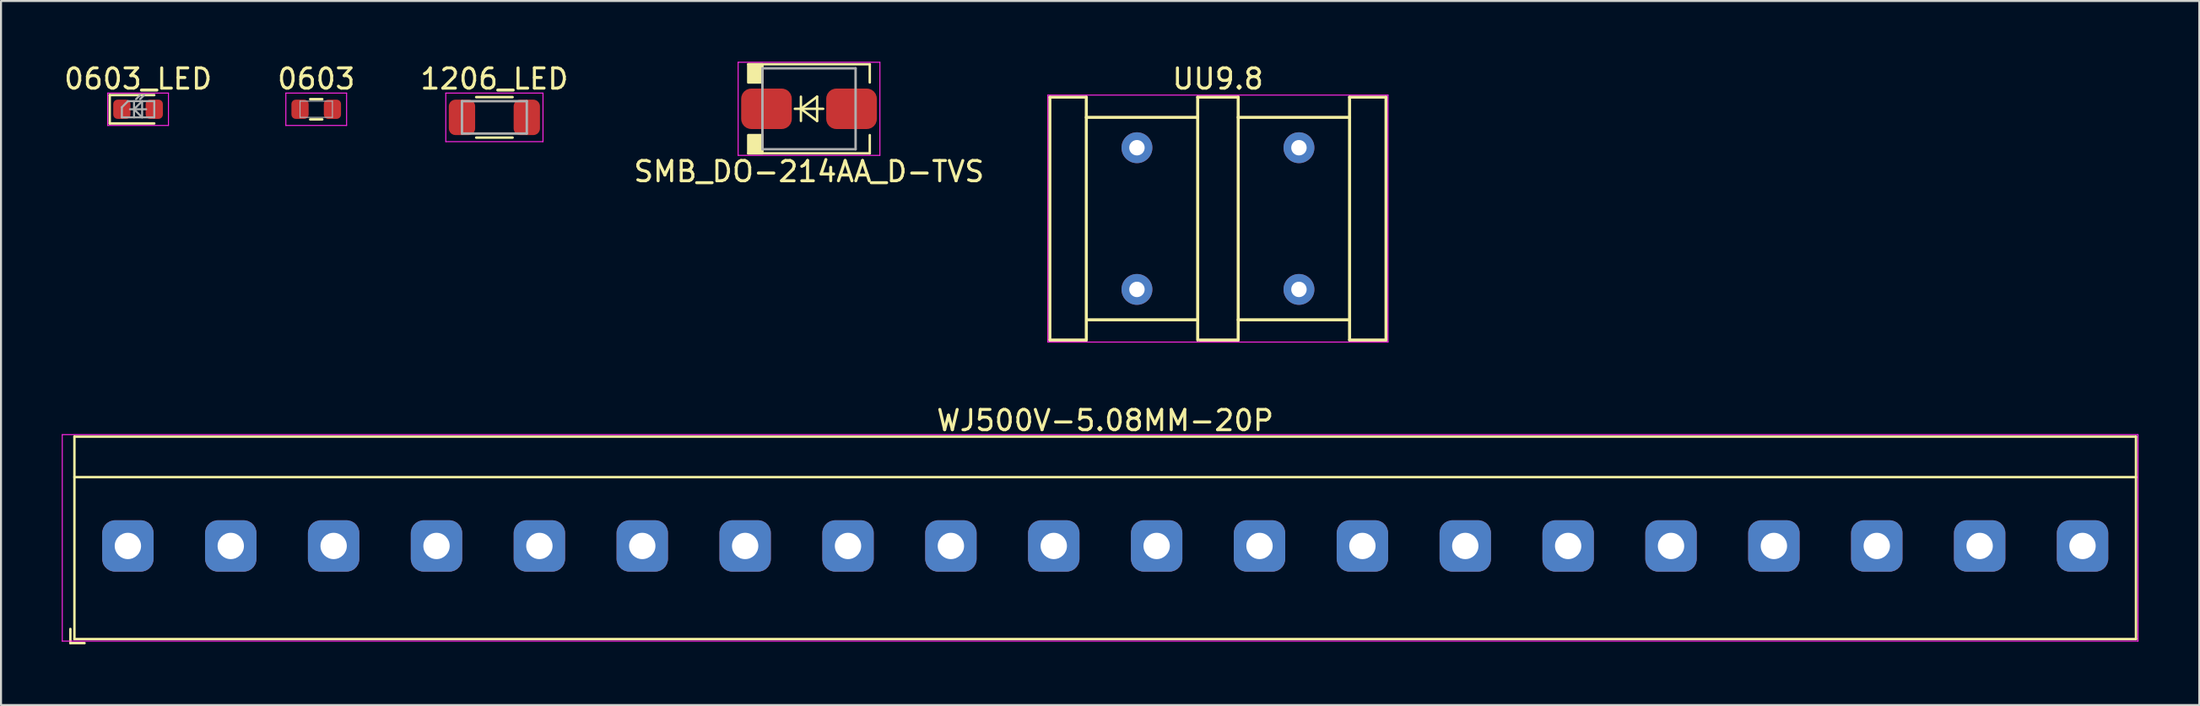
<source format=kicad_pcb>
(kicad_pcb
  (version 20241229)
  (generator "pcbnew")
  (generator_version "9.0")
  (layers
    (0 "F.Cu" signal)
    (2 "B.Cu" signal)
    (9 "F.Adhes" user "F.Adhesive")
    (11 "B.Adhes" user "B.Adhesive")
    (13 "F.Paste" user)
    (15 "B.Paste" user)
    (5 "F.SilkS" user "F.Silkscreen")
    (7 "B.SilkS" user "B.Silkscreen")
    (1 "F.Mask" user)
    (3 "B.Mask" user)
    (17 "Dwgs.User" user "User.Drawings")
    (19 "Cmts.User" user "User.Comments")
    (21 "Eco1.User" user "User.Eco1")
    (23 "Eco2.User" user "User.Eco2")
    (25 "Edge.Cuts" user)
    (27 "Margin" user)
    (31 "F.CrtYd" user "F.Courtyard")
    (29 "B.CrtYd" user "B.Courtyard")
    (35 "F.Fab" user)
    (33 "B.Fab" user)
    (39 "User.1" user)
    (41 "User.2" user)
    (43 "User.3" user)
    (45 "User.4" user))
  (footprint "0603"
    (layer "F.Cu")
    (at 12.565 2.348)
    (property "Reference" "0603" (at 0 -1.5 0) (layer "F.SilkS") (effects (font (size 1 1) (thickness 0.15))))
    (attr through_hole)
    (fp_line (start -0.3 -0.5) (end 0.3 -0.5) (stroke (width 0.12) (type solid)) (layer "F.SilkS"))
    (fp_line (start -0.3 0.5) (end 0.3 0.5) (stroke (width 0.12) (type solid)) (layer "F.SilkS"))
    (fp_line (start -1.5 -0.8) (end 1.5 -0.8) (stroke (width 0.05) (type solid)) (layer "F.CrtYd"))
    (fp_line (start -1.5 0.8) (end -1.5 -0.8) (stroke (width 0.05) (type solid)) (layer "F.CrtYd"))
    (fp_line (start 1.5 -0.8) (end 1.5 0.8) (stroke (width 0.05) (type solid)) (layer "F.CrtYd"))
    (fp_line (start 1.5 0.8) (end -1.5 0.8) (stroke (width 0.05) (type solid)) (layer "F.CrtYd"))
    (fp_line (start -0.8 -0.4) (end 0.8 -0.4) (stroke (width 0.05) (type solid)) (layer "F.Fab"))
    (fp_line (start -0.8 0.4) (end -0.8 -0.4) (stroke (width 0.05) (type solid)) (layer "F.Fab"))
    (fp_line (start -0.8 0.4) (end 0.8 0.4) (stroke (width 0.05) (type solid)) (layer "F.Fab"))
    (fp_line (start 0.8 0.4) (end 0.8 -0.4) (stroke (width 0.05) (type solid)) (layer "F.Fab"))
    (pad "1" smd roundrect (at -0.8 0) (size 0.85 0.95) (layers "F.Cu" "F.Mask" "F.Paste") (roundrect_rratio 0.25))
    (pad "2" smd roundrect (at 0.8 0) (size 0.85 0.95) (layers "F.Cu" "F.Mask" "F.Paste") (roundrect_rratio 0.25)))
  (footprint "WJ500V-5.08MM-20P"
    (layer "F.Cu")
    (at 51.525 23.922)
    (property "Reference" "WJ500V-5.08MM-20P" (at 0 -6.2 0) (layer "F.SilkS") (effects (font (size 1 1) (thickness 0.15))))
    (attr through_hole)
    (fp_line (start -51.1 4.1) (end -51.1 4.8) (stroke (width 0.12) (type solid)) (layer "F.SilkS"))
    (fp_line (start -51.1 4.8) (end -50.4 4.8) (stroke (width 0.12) (type solid)) (layer "F.SilkS"))
    (fp_line (start -50.9 -5.4) (end -50.9 4.6) (stroke (width 0.12) (type solid)) (layer "F.SilkS"))
    (fp_line (start -50.9 -5.4) (end 50.9 -5.4) (stroke (width 0.12) (type solid)) (layer "F.SilkS"))
    (fp_line (start -50.9 -3.4) (end 50.9 -3.4) (stroke (width 0.12) (type solid)) (layer "F.SilkS"))
    (fp_line (start 50.9 -5.4) (end 50.9 4.6) (stroke (width 0.12) (type solid)) (layer "F.SilkS"))
    (fp_line (start 50.9 4.6) (end -50.9 4.6) (stroke (width 0.12) (type solid)) (layer "F.SilkS"))
    (fp_line (start -51.5 -5.5) (end 51 -5.5) (stroke (width 0.05) (type solid)) (layer "F.CrtYd"))
    (fp_line (start -51.5 4.7) (end -51.5 -5.5) (stroke (width 0.05) (type solid)) (layer "F.CrtYd"))
    (fp_line (start 51 -5.5) (end 51 4.7) (stroke (width 0.05) (type solid)) (layer "F.CrtYd"))
    (fp_line (start 51 4.7) (end -51.5 4.7) (stroke (width 0.05) (type solid)) (layer "F.CrtYd"))
    (pad "1" thru_hole roundrect (at -48.26 0) (size 2.54 2.54) (drill 1.3) (layers "*.Cu" "*.Mask") (roundrect_rratio 0.25))
    (pad "2" thru_hole roundrect (at -43.18 0) (size 2.54 2.54) (drill 1.3) (layers "*.Cu" "*.Mask") (roundrect_rratio 0.25))
    (pad "3" thru_hole roundrect (at -38.1 0) (size 2.54 2.54) (drill 1.3) (layers "*.Cu" "*.Mask") (roundrect_rratio 0.25))
    (pad "4" thru_hole roundrect (at -33.02 0) (size 2.54 2.54) (drill 1.3) (layers "*.Cu" "*.Mask") (roundrect_rratio 0.25))
    (pad "5" thru_hole roundrect (at -27.94 0) (size 2.54 2.54) (drill 1.3) (layers "*.Cu" "*.Mask") (roundrect_rratio 0.25))
    (pad "6" thru_hole roundrect (at -22.86 0) (size 2.54 2.54) (drill 1.3) (layers "*.Cu" "*.Mask") (roundrect_rratio 0.25))
    (pad "7" thru_hole roundrect (at -17.78 0) (size 2.54 2.54) (drill 1.3) (layers "*.Cu" "*.Mask") (roundrect_rratio 0.25))
    (pad "8" thru_hole roundrect (at -12.7 0) (size 2.54 2.54) (drill 1.3) (layers "*.Cu" "*.Mask") (roundrect_rratio 0.25))
    (pad "9" thru_hole roundrect (at -7.62 0) (size 2.54 2.54) (drill 1.3) (layers "*.Cu" "*.Mask") (roundrect_rratio 0.25))
    (pad "10" thru_hole roundrect (at -2.54 0) (size 2.54 2.54) (drill 1.3) (layers "*.Cu" "*.Mask") (roundrect_rratio 0.25))
    (pad "11" thru_hole roundrect (at 2.54 0) (size 2.54 2.54) (drill 1.3) (layers "*.Cu" "*.Mask") (roundrect_rratio 0.25))
    (pad "12" thru_hole roundrect (at 7.62 0) (size 2.54 2.54) (drill 1.3) (layers "*.Cu" "*.Mask") (roundrect_rratio 0.25))
    (pad "13" thru_hole roundrect (at 12.7 0) (size 2.54 2.54) (drill 1.3) (layers "*.Cu" "*.Mask") (roundrect_rratio 0.25))
    (pad "14" thru_hole roundrect (at 17.78 0) (size 2.54 2.54) (drill 1.3) (layers "*.Cu" "*.Mask") (roundrect_rratio 0.25))
    (pad "15" thru_hole roundrect (at 22.86 0) (size 2.54 2.54) (drill 1.3) (layers "*.Cu" "*.Mask") (roundrect_rratio 0.25))
    (pad "16" thru_hole roundrect (at 27.94 0) (size 2.54 2.54) (drill 1.3) (layers "*.Cu" "*.Mask") (roundrect_rratio 0.25))
    (pad "17" thru_hole roundrect (at 33.02 0) (size 2.54 2.54) (drill 1.3) (layers "*.Cu" "*.Mask") (roundrect_rratio 0.25))
    (pad "18" thru_hole roundrect (at 38.1 0) (size 2.54 2.54) (drill 1.3) (layers "*.Cu" "*.Mask") (roundrect_rratio 0.25))
    (pad "19" thru_hole roundrect (at 43.18 0) (size 2.54 2.54) (drill 1.3) (layers "*.Cu" "*.Mask") (roundrect_rratio 0.25))
    (pad "20" thru_hole roundrect (at 48.26 0) (size 2.54 2.54) (drill 1.3) (layers "*.Cu" "*.Mask") (roundrect_rratio 0.25)))
  (footprint "SMB_DO-214AA_D-TVS"
    (layer "F.Cu")
    (at 36.899 2.325)
    (property "Reference" "SMB_DO-214AA_D-TVS" (at 0 3.1 0) (layer "F.SilkS") (effects (font (size 1 1) (thickness 0.15))))
    (attr through_hole)
    (fp_line (start -3 -2.2) (end 3 -2.2) (stroke (width 0.12) (type solid)) (layer "F.SilkS"))
    (fp_line (start -3 2.2) (end 3 2.2) (stroke (width 0.12) (type solid)) (layer "F.SilkS"))
    (fp_line (start -0.7 0) (end 0.7 0) (stroke (width 0.12) (type solid)) (layer "F.SilkS"))
    (fp_line (start -0.4 -0.6) (end -0.4 0.6) (stroke (width 0.12) (type solid)) (layer "F.SilkS"))
    (fp_line (start -0.4 0) (end 0.4 -0.6) (stroke (width 0.12) (type solid)) (layer "F.SilkS"))
    (fp_line (start -0.4 0) (end 0.4 0.6) (stroke (width 0.12) (type solid)) (layer "F.SilkS"))
    (fp_line (start 0.4 -0.6) (end 0.4 0.6) (stroke (width 0.12) (type solid)) (layer "F.SilkS"))
    (fp_line (start 3 -2.2) (end 3 -1.3) (stroke (width 0.12) (type solid)) (layer "F.SilkS"))
    (fp_line (start 3 2.2) (end 3 1.3) (stroke (width 0.12) (type solid)) (layer "F.SilkS"))
    (fp_poly (pts (xy -3 -2.2) (xy -2.3 -2.2) (xy -2.3 -1.3) (xy -3 -1.3)) (stroke (width 0.12) (type solid)) (fill yes) (layer "F.SilkS"))
    (fp_poly (pts (xy -3 1.3) (xy -2.3 1.3) (xy -2.3 2.2) (xy -3 2.2)) (stroke (width 0.12) (type solid)) (fill yes) (layer "F.SilkS"))
    (fp_line (start -3.5 -2.3) (end 3.5 -2.3) (stroke (width 0.05) (type solid)) (layer "F.CrtYd"))
    (fp_line (start -3.5 2.3) (end -3.5 -2.3) (stroke (width 0.05) (type solid)) (layer "F.CrtYd"))
    (fp_line (start 3.5 -2.3) (end 3.5 2.3) (stroke (width 0.05) (type solid)) (layer "F.CrtYd"))
    (fp_line (start 3.5 2.3) (end -3.5 2.3) (stroke (width 0.05) (type solid)) (layer "F.CrtYd"))
    (fp_line (start -2.3 -2) (end 2.3 -2) (stroke (width 0.12) (type solid)) (layer "F.Fab"))
    (fp_line (start -2.3 2) (end -2.3 -2) (stroke (width 0.12) (type solid)) (layer "F.Fab"))
    (fp_line (start -2.3 2) (end 2.3 2) (stroke (width 0.12) (type solid)) (layer "F.Fab"))
    (fp_line (start 2.3 2) (end 2.3 -2) (stroke (width 0.12) (type solid)) (layer "F.Fab"))
    (pad "1" smd roundrect (at -2.1 0) (size 2.5 2) (layers "F.Cu" "F.Mask" "F.Paste") (roundrect_rratio 0.25))
    (pad "2" smd roundrect (at 2.1 0) (size 2.5 2) (layers "F.Cu" "F.Mask" "F.Paste") (roundrect_rratio 0.25)))
  (footprint "0603_LED"
    (layer "F.Cu")
    (at 3.768 2.348)
    (property "Reference" "0603_LED" (at 0 -1.5 0) (layer "F.SilkS") (effects (font (size 1 1) (thickness 0.15))))
    (attr through_hole)
    (fp_line (start -1.4 -0.7) (end -1.4 0.7) (stroke (width 0.12) (type solid)) (layer "F.SilkS"))
    (fp_line (start -1.4 -0.7) (end 0.8 -0.7) (stroke (width 0.12) (type solid)) (layer "F.SilkS"))
    (fp_line (start -1.4 0.7) (end 0.8 0.7) (stroke (width 0.12) (type solid)) (layer "F.SilkS"))
    (fp_line (start -1.5 -0.8) (end 1.5 -0.8) (stroke (width 0.05) (type solid)) (layer "F.CrtYd"))
    (fp_line (start -1.5 0.8) (end -1.5 -0.8) (stroke (width 0.05) (type solid)) (layer "F.CrtYd"))
    (fp_line (start 1.5 -0.8) (end 1.5 0.8) (stroke (width 0.05) (type solid)) (layer "F.CrtYd"))
    (fp_line (start 1.5 0.8) (end -1.5 0.8) (stroke (width 0.05) (type solid)) (layer "F.CrtYd"))
    (fp_line (start -0.8 -0.1) (end -0.8 0.4) (stroke (width 0.1) (type solid)) (layer "F.Fab"))
    (fp_line (start -0.8 0.4) (end 0.8 0.4) (stroke (width 0.1) (type solid)) (layer "F.Fab"))
    (fp_line (start -0.5 -0.4) (end -0.8 -0.1) (stroke (width 0.1) (type solid)) (layer "F.Fab"))
    (fp_line (start -0.4 0) (end 0.4 0) (stroke (width 0.1) (type solid)) (layer "F.Fab"))
    (fp_line (start -0.2 0) (end 0.2 -0.4) (stroke (width 0.1) (type solid)) (layer "F.Fab"))
    (fp_line (start -0.2 0) (end 0.2 0.4) (stroke (width 0.1) (type solid)) (layer "F.Fab"))
    (fp_line (start -0.2 0.4) (end -0.2 -0.4) (stroke (width 0.1) (type solid)) (layer "F.Fab"))
    (fp_line (start -0.1 -0.5) (end 0.1 -0.7) (stroke (width 0.1) (type solid)) (layer "F.Fab"))
    (fp_line (start 0.1 -0.5) (end 0.3 -0.7) (stroke (width 0.1) (type solid)) (layer "F.Fab"))
    (fp_line (start 0.2 0.4) (end 0.2 -0.4) (stroke (width 0.1) (type solid)) (layer "F.Fab"))
    (fp_line (start 0.8 -0.4) (end -0.5 -0.4) (stroke (width 0.1) (type solid)) (layer "F.Fab"))
    (fp_line (start 0.8 0.4) (end 0.8 -0.4) (stroke (width 0.1) (type solid)) (layer "F.Fab"))
    (pad "1" smd roundrect (at -0.8 0 180) (size 0.85 0.95) (layers "F.Cu" "F.Mask" "F.Paste") (roundrect_rratio 0.25))
    (pad "2" smd roundrect (at 0.8 0 180) (size 0.85 0.95) (layers "F.Cu" "F.Mask" "F.Paste") (roundrect_rratio 0.25)))
  (footprint "1206_LED"
    (layer "F.Cu")
    (at 21.363 2.748)
    (property "Reference" "1206_LED" (at 0 -1.9 0) (layer "F.SilkS") (effects (font (size 1 1) (thickness 0.15))))
    (attr through_hole)
    (fp_line (start -0.9 -1) (end 0.9 -1) (stroke (width 0.12) (type solid)) (layer "F.SilkS"))
    (fp_line (start -0.9 1) (end 0.9 1) (stroke (width 0.12) (type solid)) (layer "F.SilkS"))
    (fp_line (start -2.4 -1.2) (end 2.4 -1.2) (stroke (width 0.05) (type solid)) (layer "F.CrtYd"))
    (fp_line (start -2.4 1.2) (end -2.4 -1.2) (stroke (width 0.05) (type solid)) (layer "F.CrtYd"))
    (fp_line (start 2.4 -1.2) (end 2.4 1.2) (stroke (width 0.05) (type solid)) (layer "F.CrtYd"))
    (fp_line (start 2.4 1.2) (end -2.4 1.2) (stroke (width 0.05) (type solid)) (layer "F.CrtYd"))
    (fp_line (start -1.6 -0.8) (end 1.6 -0.8) (stroke (width 0.12) (type solid)) (layer "F.Fab"))
    (fp_line (start -1.6 0.8) (end -1.6 -0.8) (stroke (width 0.12) (type solid)) (layer "F.Fab"))
    (fp_line (start -1.6 0.8) (end 1.6 0.8) (stroke (width 0.12) (type solid)) (layer "F.Fab"))
    (fp_line (start 1.6 0.8) (end 1.6 -0.8) (stroke (width 0.12) (type solid)) (layer "F.Fab"))
    (pad "1" smd roundrect (at -1.6 0) (size 1.3 1.75) (layers "F.Cu" "F.Mask" "F.Paste") (roundrect_rratio 0.25))
    (pad "2" smd roundrect (at 1.6 0) (size 1.3 1.75) (layers "F.Cu" "F.Mask" "F.Paste") (roundrect_rratio 0.25)))
  (footprint "UU9.8"
    (layer "F.Cu")
    (at 57.092 7.748)
    (property "Reference" "UU9.8" (at 0 -6.9 0) (layer "F.SilkS") (effects (font (size 1 1) (thickness 0.15))))
    (attr through_hole)
    (fp_line (start -8.3 -6) (end -8.3 6) (stroke (width 0.15) (type solid)) (layer "F.SilkS"))
    (fp_line (start -8.3 -6) (end -6.5 -6) (stroke (width 0.15) (type solid)) (layer "F.SilkS"))
    (fp_line (start -8.3 6) (end -6.5 6) (stroke (width 0.15) (type solid)) (layer "F.SilkS"))
    (fp_line (start -6.5 -6) (end -6.5 6) (stroke (width 0.15) (type solid)) (layer "F.SilkS"))
    (fp_line (start -6.4 5) (end -1 5) (stroke (width 0.15) (type solid)) (layer "F.SilkS"))
    (fp_line (start -1 -6) (end -1 6) (stroke (width 0.15) (type solid)) (layer "F.SilkS"))
    (fp_line (start -1 -6) (end 1 -6) (stroke (width 0.15) (type solid)) (layer "F.SilkS"))
    (fp_line (start -1 -5) (end -6.5 -5) (stroke (width 0.15) (type solid)) (layer "F.SilkS"))
    (fp_line (start -0.9 6) (end 1 6) (stroke (width 0.15) (type solid)) (layer "F.SilkS"))
    (fp_line (start 1 -6) (end 1 6) (stroke (width 0.15) (type solid)) (layer "F.SilkS"))
    (fp_line (start 1 -5) (end 6.5 -5) (stroke (width 0.15) (type solid)) (layer "F.SilkS"))
    (fp_line (start 1 5) (end 6.5 5) (stroke (width 0.15) (type solid)) (layer "F.SilkS"))
    (fp_line (start 6.5 -6) (end 6.5 6) (stroke (width 0.15) (type solid)) (layer "F.SilkS"))
    (fp_line (start 6.5 -6) (end 8.3 -6) (stroke (width 0.15) (type solid)) (layer "F.SilkS"))
    (fp_line (start 6.5 6) (end 8.3 6) (stroke (width 0.15) (type solid)) (layer "F.SilkS"))
    (fp_line (start 8.3 -6) (end 8.3 6) (stroke (width 0.15) (type solid)) (layer "F.SilkS"))
    (fp_line (start -8.4 -6.1) (end 8.4 -6.1) (stroke (width 0.05) (type solid)) (layer "F.CrtYd"))
    (fp_line (start -8.4 6.1) (end -8.4 -6.1) (stroke (width 0.05) (type solid)) (layer "F.CrtYd"))
    (fp_line (start 8.4 -6.1) (end 8.4 6.1) (stroke (width 0.05) (type solid)) (layer "F.CrtYd"))
    (fp_line (start 8.4 6.1) (end -8.4 6.1) (stroke (width 0.05) (type solid)) (layer "F.CrtYd"))
    (pad "1" thru_hole circle (at -4 3.5) (size 1.524 1.524) (drill 0.762) (layers "*.Cu" "*.Mask"))
    (pad "2" thru_hole circle (at -4 -3.5) (size 1.524 1.524) (drill 0.762) (layers "*.Cu" "*.Mask"))
    (pad "3" thru_hole circle (at 4 3.5) (size 1.524 1.524) (drill 0.762) (layers "*.Cu" "*.Mask"))
    (pad "4" thru_hole circle (at 4 -3.5) (size 1.524 1.524) (drill 0.762) (layers "*.Cu" "*.Mask")))
  (gr_rect
    (start -3 -3)
    (end 105.55 31.782)
    (stroke (width 0.1) (type default))
    (fill no)
    (layer "Edge.Cuts")))
</source>
